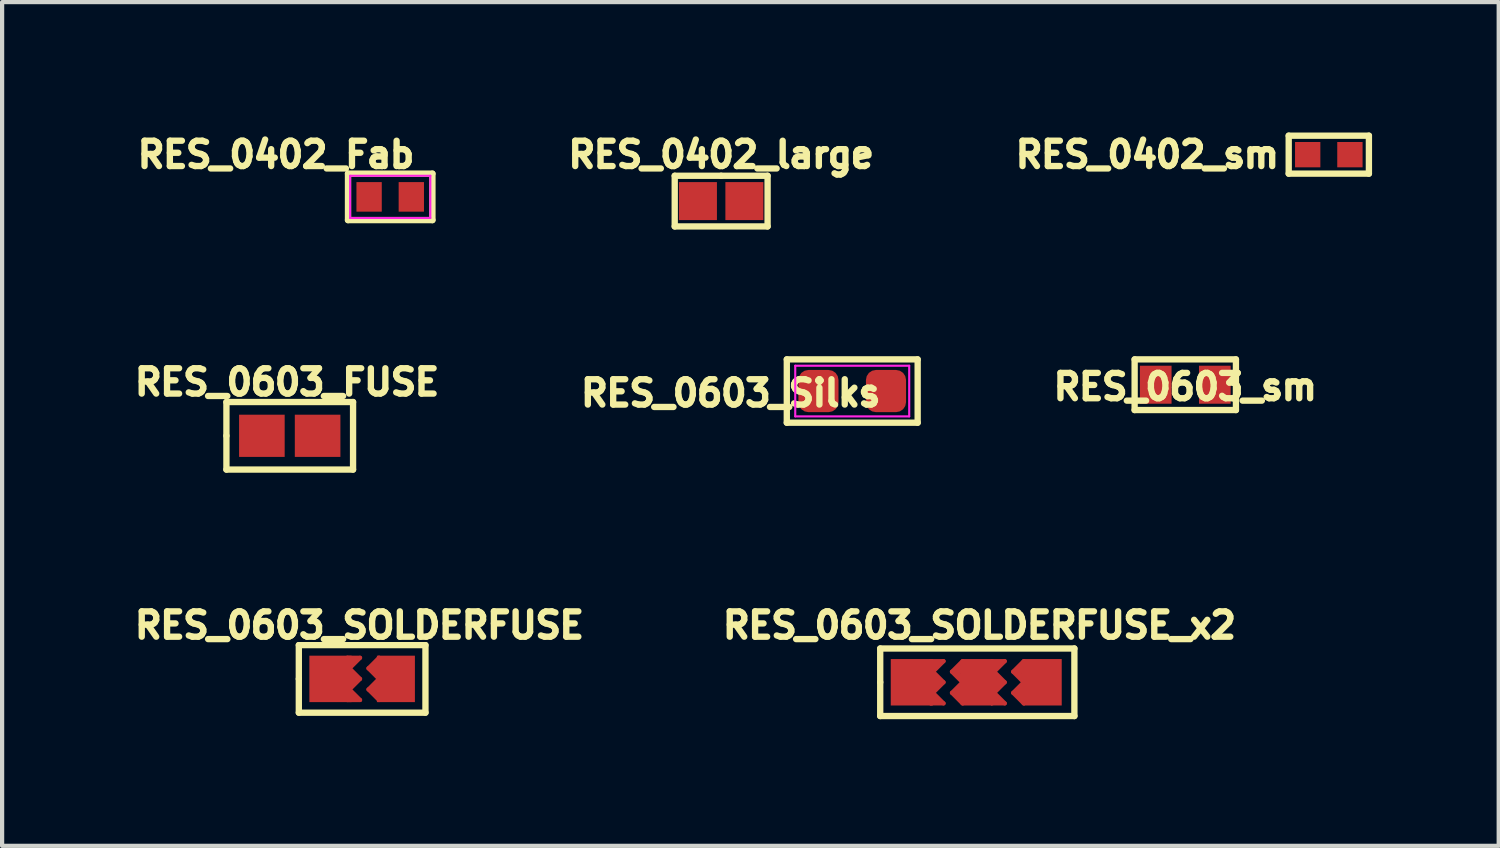
<source format=kicad_pcb>
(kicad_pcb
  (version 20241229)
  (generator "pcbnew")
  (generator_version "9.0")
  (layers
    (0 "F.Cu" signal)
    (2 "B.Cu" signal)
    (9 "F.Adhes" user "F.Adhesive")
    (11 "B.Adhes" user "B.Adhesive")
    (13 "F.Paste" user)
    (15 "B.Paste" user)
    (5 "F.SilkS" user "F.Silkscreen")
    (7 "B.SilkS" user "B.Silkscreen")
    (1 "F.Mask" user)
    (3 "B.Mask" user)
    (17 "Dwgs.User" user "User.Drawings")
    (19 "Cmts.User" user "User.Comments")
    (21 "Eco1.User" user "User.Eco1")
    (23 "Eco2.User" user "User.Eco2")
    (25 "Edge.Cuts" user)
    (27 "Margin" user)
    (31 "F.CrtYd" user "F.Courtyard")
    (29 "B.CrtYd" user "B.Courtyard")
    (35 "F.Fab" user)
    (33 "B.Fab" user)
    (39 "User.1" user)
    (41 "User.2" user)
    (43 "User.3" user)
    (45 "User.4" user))
  (footprint "RES_0603_SOLDERFUSE"
    (layer "F.Cu")
    (at 5.529 13.033)
    (property "Reference" "RES_0603_SOLDERFUSE" (at -0.064 -1.27 0) (layer "F.SilkS") (effects (font (size 0.6 0.6) (thickness 0.15))))
    (attr smd)
    (fp_line (start -0.35 -0.5) (end -0.35 0.5) (stroke (width 0.1) (type solid)) (layer "F.Cu"))
    (fp_line (start -0.35 0.5) (end -0.05 0.5) (stroke (width 0.1) (type solid)) (layer "F.Cu"))
    (fp_line (start -0.3 -0.45) (end -0.2 -0.45) (stroke (width 0.1) (type solid)) (layer "F.Cu"))
    (fp_line (start -0.3 -0.25) (end -0.05 -0.5) (stroke (width 0.1) (type solid)) (layer "F.Cu"))
    (fp_line (start -0.3 -0.15) (end -0.15 0) (stroke (width 0.1) (type solid)) (layer "F.Cu"))
    (fp_line (start -0.3 0.2) (end -0.3 -0.15) (stroke (width 0.1) (type solid)) (layer "F.Cu"))
    (fp_line (start -0.3 0.25) (end -0.05 0.5) (stroke (width 0.1) (type solid)) (layer "F.Cu"))
    (fp_line (start -0.3 0.35) (end -0.25 0.4) (stroke (width 0.1) (type solid)) (layer "F.Cu"))
    (fp_line (start -0.3 0.45) (end -0.3 0.35) (stroke (width 0.1) (type solid)) (layer "F.Cu"))
    (fp_line (start -0.25 0.1) (end -0.25 0) (stroke (width 0.1) (type solid)) (layer "F.Cu"))
    (fp_line (start -0.2 -0.45) (end -0.3 -0.35) (stroke (width 0.1) (type solid)) (layer "F.Cu"))
    (fp_line (start -0.15 0) (end -0.25 0.1) (stroke (width 0.1) (type solid)) (layer "F.Cu"))
    (fp_line (start -0.15 0.45) (end -0.3 0.45) (stroke (width 0.1) (type solid)) (layer "F.Cu"))
    (fp_line (start -0.05 -0.5) (end -0.35 -0.5) (stroke (width 0.1) (type solid)) (layer "F.Cu"))
    (fp_line (start -0.05 0) (end -0.3 -0.25) (stroke (width 0.1) (type solid)) (layer "F.Cu"))
    (fp_line (start -0.05 0) (end -0.3 0.25) (stroke (width 0.1) (type solid)) (layer "F.Cu"))
    (fp_line (start 0.15 -0.25) (end 0.4 0) (stroke (width 0.1) (type solid)) (layer "F.Cu"))
    (fp_line (start 0.15 0.25) (end 0.4 0.5) (stroke (width 0.1) (type solid)) (layer "F.Cu"))
    (fp_line (start 0.25 -0.25) (end 0.35 -0.35) (stroke (width 0.1) (type solid)) (layer "F.Cu"))
    (fp_line (start 0.25 0.25) (end 0.35 0.15) (stroke (width 0.1) (type solid)) (layer "F.Cu"))
    (fp_line (start 0.35 -0.35) (end 0.35 -0.25) (stroke (width 0.1) (type solid)) (layer "F.Cu"))
    (fp_line (start 0.35 -0.15) (end 0.25 -0.25) (stroke (width 0.1) (type solid)) (layer "F.Cu"))
    (fp_line (start 0.35 0.15) (end 0.35 0.3) (stroke (width 0.1) (type solid)) (layer "F.Cu"))
    (fp_line (start 0.35 0.4) (end 0.25 0.25) (stroke (width 0.1) (type solid)) (layer "F.Cu"))
    (fp_line (start 0.4 -0.5) (end 0.15 -0.25) (stroke (width 0.1) (type solid)) (layer "F.Cu"))
    (fp_line (start 0.4 0) (end 0.15 0.25) (stroke (width 0.1) (type solid)) (layer "F.Cu"))
    (fp_line (start 0.4 0.5) (end 0.4 -0.5) (stroke (width 0.1) (type solid)) (layer "F.Cu"))
    (fp_line (start -0.5 0) (end 0.5 0) (stroke (width 1.1) (type solid)) (layer "F.Mask"))
    (fp_line (start -1.5 -0.8) (end 1.5 -0.8) (stroke (width 0.15) (type solid)) (layer "F.SilkS"))
    (fp_line (start -1.5 0) (end -1.5 -0.8) (stroke (width 0.15) (type solid)) (layer "F.SilkS"))
    (fp_line (start -1.5 0.8) (end -1.5 0) (stroke (width 0.15) (type solid)) (layer "F.SilkS"))
    (fp_line (start 1.5 -0.8) (end 1.5 0.8) (stroke (width 0.15) (type solid)) (layer "F.SilkS"))
    (fp_line (start 1.5 0.8) (end -1.5 0.8) (stroke (width 0.15) (type solid)) (layer "F.SilkS"))
    (pad "1" smd rect (at -0.75 0) (size 1 1.1) (layers "F.Cu" "F.Mask" "F.Paste"))
    (pad "2" smd rect (at 0.8 0) (size 0.9 1.1) (layers "F.Cu" "F.Mask" "F.Paste")))
  (footprint "RES_0402_sm"
    (layer "F.Cu")
    (at 28.429 0.614)
    (property "Reference" "RES_0402_sm" (at -1.1 0 0) (layer "F.SilkS") (effects (font (size 0.6 0.6) (thickness 0.15)) (justify right)))
    (attr smd)
    (fp_line (start -0.95 -0.45) (end 0.95 -0.45) (stroke (width 0.15) (type solid)) (layer "F.SilkS"))
    (fp_line (start -0.95 0.45) (end -0.95 -0.45) (stroke (width 0.15) (type solid)) (layer "F.SilkS"))
    (fp_line (start 0.95 -0.45) (end 0.95 0.45) (stroke (width 0.15) (type solid)) (layer "F.SilkS"))
    (fp_line (start 0.95 0.45) (end -0.95 0.45) (stroke (width 0.15) (type solid)) (layer "F.SilkS"))
    (pad "1" smd rect (at -0.5 0) (size 0.6 0.6) (layers "F.Cu" "F.Mask" "F.Paste"))
    (pad "2" smd rect (at 0.5 0) (size 0.6 0.6) (layers "F.Cu" "F.Mask" "F.Paste")))
  (footprint "RES_0402_Fab"
    (layer "F.Cu")
    (at 6.194 1.614)
    (property "Reference" "RES_0402_Fab" (at 0.65 -1 0) (layer "F.SilkS") (effects (font (size 0.6 0.6) (thickness 0.15)) (justify right)))
    (attr smd)
    (fp_line (start -1 -0.55) (end 1 -0.55) (stroke (width 0.15) (type solid)) (layer "F.SilkS"))
    (fp_line (start -1 0.55) (end -1 -0.55) (stroke (width 0.15) (type solid)) (layer "F.SilkS"))
    (fp_line (start 1 -0.55) (end 1 0.55) (stroke (width 0.15) (type solid)) (layer "F.SilkS"))
    (fp_line (start 1 0.55) (end -1 0.55) (stroke (width 0.15) (type solid)) (layer "F.SilkS"))
    (fp_line (start -0.95 -0.5) (end 0.95 -0.5) (stroke (width 0.05) (type default)) (layer "F.CrtYd"))
    (fp_line (start -0.95 0.5) (end -0.95 -0.5) (stroke (width 0.05) (type default)) (layer "F.CrtYd"))
    (fp_line (start 0.95 -0.5) (end 0.95 0.5) (stroke (width 0.05) (type default)) (layer "F.CrtYd"))
    (fp_line (start 0.95 0.5) (end -0.95 0.5) (stroke (width 0.05) (type default)) (layer "F.CrtYd"))
    (pad "1" smd rect (at -0.5 0) (size 0.6 0.7) (layers "F.Cu" "F.Mask" "F.Paste"))
    (pad "2" smd rect (at 0.5 0) (size 0.6 0.7) (layers "F.Cu" "F.Mask" "F.Paste")))
  (footprint "RES_0603_FUSE"
    (layer "F.Cu")
    (at 3.814 7.274)
    (property "Reference" "RES_0603_FUSE" (at -0.064 -1.27 0) (layer "F.SilkS") (effects (font (size 0.6 0.6) (thickness 0.15))))
    (attr smd)
    (fp_line (start -1.5 -0.8) (end 1.5 -0.8) (stroke (width 0.15) (type solid)) (layer "F.SilkS"))
    (fp_line (start -1.5 0) (end -1.5 -0.8) (stroke (width 0.15) (type solid)) (layer "F.SilkS"))
    (fp_line (start -1.5 0.8) (end -1.5 0) (stroke (width 0.15) (type solid)) (layer "F.SilkS"))
    (fp_line (start 1.5 -0.8) (end 1.5 0.8) (stroke (width 0.15) (type solid)) (layer "F.SilkS"))
    (fp_line (start 1.5 0.8) (end -1.5 0.8) (stroke (width 0.15) (type solid)) (layer "F.SilkS"))
    (pad "1" smd rect (at -0.66 0) (size 1.08 1) (layers "F.Cu" "F.Mask" "F.Paste"))
    (pad "2" smd rect (at 0.66 0) (size 1.08 1) (layers "F.Cu" "F.Mask" "F.Paste")))
  (footprint "RES_0603_sm"
    (layer "F.Cu")
    (at 25.029 6.064)
    (property "Reference" "RES_0603_sm" (at 0 0.05 0) (layer "F.SilkS") (effects (font (size 0.6 0.6) (thickness 0.15))))
    (attr smd)
    (fp_line (start -1.2 -0.6) (end 1.2 -0.6) (stroke (width 0.15) (type solid)) (layer "F.SilkS"))
    (fp_line (start -1.2 0.6) (end -1.2 -0.6) (stroke (width 0.15) (type solid)) (layer "F.SilkS"))
    (fp_line (start 1.2 -0.6) (end 1.2 0.6) (stroke (width 0.15) (type solid)) (layer "F.SilkS"))
    (fp_line (start 1.2 0.6) (end -1.2 0.6) (stroke (width 0.15) (type solid)) (layer "F.SilkS"))
    (pad "1" smd rect (at -0.7 0) (size 0.75 0.9) (layers "F.Cu" "F.Mask" "F.Paste"))
    (pad "2" smd rect (at 0.7 0) (size 0.75 0.9) (layers "F.Cu" "F.Mask" "F.Paste")))
  (footprint "RES_0603_SOLDERFUSE_x2"
    (layer "F.Cu")
    (at 20.102 13.113)
    (property "Reference" "RES_0603_SOLDERFUSE_x2" (at 0.05 -1.35 0) (layer "F.SilkS") (effects (font (size 0.6 0.6) (thickness 0.15))))
    (attr smd)
    (fp_line (start -1.1 -0.5) (end -1.1 0.5) (stroke (width 0.1) (type solid)) (layer "F.Cu"))
    (fp_line (start -1.1 0.5) (end -0.8 0.5) (stroke (width 0.1) (type solid)) (layer "F.Cu"))
    (fp_line (start -1.05 -0.45) (end -0.95 -0.45) (stroke (width 0.1) (type solid)) (layer "F.Cu"))
    (fp_line (start -1.05 -0.25) (end -0.8 -0.5) (stroke (width 0.1) (type solid)) (layer "F.Cu"))
    (fp_line (start -1.05 -0.15) (end -0.9 0) (stroke (width 0.1) (type solid)) (layer "F.Cu"))
    (fp_line (start -1.05 0.2) (end -1.05 -0.15) (stroke (width 0.1) (type solid)) (layer "F.Cu"))
    (fp_line (start -1.05 0.25) (end -0.8 0.5) (stroke (width 0.1) (type solid)) (layer "F.Cu"))
    (fp_line (start -1.05 0.35) (end -1 0.4) (stroke (width 0.1) (type solid)) (layer "F.Cu"))
    (fp_line (start -1.05 0.45) (end -1.05 0.35) (stroke (width 0.1) (type solid)) (layer "F.Cu"))
    (fp_line (start -1 0.1) (end -1 0) (stroke (width 0.1) (type solid)) (layer "F.Cu"))
    (fp_line (start -0.95 -0.45) (end -1.05 -0.35) (stroke (width 0.1) (type solid)) (layer "F.Cu"))
    (fp_line (start -0.9 0) (end -1 0.1) (stroke (width 0.1) (type solid)) (layer "F.Cu"))
    (fp_line (start -0.9 0.45) (end -1.05 0.45) (stroke (width 0.1) (type solid)) (layer "F.Cu"))
    (fp_line (start -0.8 -0.5) (end -1.1 -0.5) (stroke (width 0.1) (type solid)) (layer "F.Cu"))
    (fp_line (start -0.8 0) (end -1.05 -0.25) (stroke (width 0.1) (type solid)) (layer "F.Cu"))
    (fp_line (start -0.8 0) (end -1.05 0.25) (stroke (width 0.1) (type solid)) (layer "F.Cu"))
    (fp_line (start -0.6 -0.25) (end -0.35 0) (stroke (width 0.1) (type solid)) (layer "F.Cu"))
    (fp_line (start -0.6 0.25) (end -0.35 0.5) (stroke (width 0.1) (type solid)) (layer "F.Cu"))
    (fp_line (start -0.5 -0.25) (end -0.4 -0.35) (stroke (width 0.1) (type solid)) (layer "F.Cu"))
    (fp_line (start -0.5 0.25) (end -0.4 0.15) (stroke (width 0.1) (type solid)) (layer "F.Cu"))
    (fp_line (start -0.4 -0.35) (end -0.4 -0.25) (stroke (width 0.1) (type solid)) (layer "F.Cu"))
    (fp_line (start -0.4 -0.15) (end -0.5 -0.25) (stroke (width 0.1) (type solid)) (layer "F.Cu"))
    (fp_line (start -0.4 0.15) (end -0.4 0.3) (stroke (width 0.1) (type solid)) (layer "F.Cu"))
    (fp_line (start -0.4 0.4) (end -0.5 0.25) (stroke (width 0.1) (type solid)) (layer "F.Cu"))
    (fp_line (start -0.35 -0.5) (end -0.6 -0.25) (stroke (width 0.1) (type solid)) (layer "F.Cu"))
    (fp_line (start -0.35 0) (end -0.6 0.25) (stroke (width 0.1) (type solid)) (layer "F.Cu"))
    (fp_line (start -0.35 0.5) (end -0.35 -0.5) (stroke (width 0.1) (type solid)) (layer "F.Cu"))
    (fp_line (start 0.35 -0.5) (end 0.35 0.5) (stroke (width 0.1) (type solid)) (layer "F.Cu"))
    (fp_line (start 0.35 0.5) (end 0.65 0.5) (stroke (width 0.1) (type solid)) (layer "F.Cu"))
    (fp_line (start 0.4 -0.45) (end 0.5 -0.45) (stroke (width 0.1) (type solid)) (layer "F.Cu"))
    (fp_line (start 0.4 -0.25) (end 0.65 -0.5) (stroke (width 0.1) (type solid)) (layer "F.Cu"))
    (fp_line (start 0.4 -0.15) (end 0.55 0) (stroke (width 0.1) (type solid)) (layer "F.Cu"))
    (fp_line (start 0.4 0.2) (end 0.4 -0.15) (stroke (width 0.1) (type solid)) (layer "F.Cu"))
    (fp_line (start 0.4 0.25) (end 0.65 0.5) (stroke (width 0.1) (type solid)) (layer "F.Cu"))
    (fp_line (start 0.4 0.35) (end 0.45 0.4) (stroke (width 0.1) (type solid)) (layer "F.Cu"))
    (fp_line (start 0.4 0.45) (end 0.4 0.35) (stroke (width 0.1) (type solid)) (layer "F.Cu"))
    (fp_line (start 0.45 0.1) (end 0.45 0) (stroke (width 0.1) (type solid)) (layer "F.Cu"))
    (fp_line (start 0.5 -0.45) (end 0.4 -0.35) (stroke (width 0.1) (type solid)) (layer "F.Cu"))
    (fp_line (start 0.55 0) (end 0.45 0.1) (stroke (width 0.1) (type solid)) (layer "F.Cu"))
    (fp_line (start 0.55 0.45) (end 0.4 0.45) (stroke (width 0.1) (type solid)) (layer "F.Cu"))
    (fp_line (start 0.65 -0.5) (end 0.35 -0.5) (stroke (width 0.1) (type solid)) (layer "F.Cu"))
    (fp_line (start 0.65 0) (end 0.4 -0.25) (stroke (width 0.1) (type solid)) (layer "F.Cu"))
    (fp_line (start 0.65 0) (end 0.4 0.25) (stroke (width 0.1) (type solid)) (layer "F.Cu"))
    (fp_line (start 0.85 -0.25) (end 1.1 0) (stroke (width 0.1) (type solid)) (layer "F.Cu"))
    (fp_line (start 0.85 0.25) (end 1.1 0.5) (stroke (width 0.1) (type solid)) (layer "F.Cu"))
    (fp_line (start 0.95 -0.25) (end 1.05 -0.35) (stroke (width 0.1) (type solid)) (layer "F.Cu"))
    (fp_line (start 0.95 0.25) (end 1.05 0.15) (stroke (width 0.1) (type solid)) (layer "F.Cu"))
    (fp_line (start 1.05 -0.35) (end 1.05 -0.25) (stroke (width 0.1) (type solid)) (layer "F.Cu"))
    (fp_line (start 1.05 -0.15) (end 0.95 -0.25) (stroke (width 0.1) (type solid)) (layer "F.Cu"))
    (fp_line (start 1.05 0.15) (end 1.05 0.3) (stroke (width 0.1) (type solid)) (layer "F.Cu"))
    (fp_line (start 1.05 0.4) (end 0.95 0.25) (stroke (width 0.1) (type solid)) (layer "F.Cu"))
    (fp_line (start 1.1 -0.5) (end 0.85 -0.25) (stroke (width 0.1) (type solid)) (layer "F.Cu"))
    (fp_line (start 1.1 0) (end 0.85 0.25) (stroke (width 0.1) (type solid)) (layer "F.Cu"))
    (fp_line (start 1.1 0.5) (end 1.1 -0.5) (stroke (width 0.1) (type solid)) (layer "F.Cu"))
    (fp_line (start -1.5 0) (end 1.4 0) (stroke (width 1.1) (type solid)) (layer "F.Mask"))
    (fp_line (start -2.3 -0.8) (end 2.3 -0.8) (stroke (width 0.15) (type solid)) (layer "F.SilkS"))
    (fp_line (start -2.3 0) (end -2.3 -0.8) (stroke (width 0.15) (type solid)) (layer "F.SilkS"))
    (fp_line (start -2.3 0.8) (end -2.3 0) (stroke (width 0.15) (type solid)) (layer "F.SilkS"))
    (fp_line (start 2.3 -0.8) (end 2.3 0.8) (stroke (width 0.15) (type solid)) (layer "F.SilkS"))
    (fp_line (start 2.3 0.8) (end -2.3 0.8) (stroke (width 0.15) (type solid)) (layer "F.SilkS"))
    (pad "1" smd rect (at -1.55 0) (size 1 1.1) (layers "F.Cu" "F.Mask" "F.Paste"))
    (pad "2" smd rect (at 1.55 0) (size 0.9 1.1) (layers "F.Cu" "F.Mask" "F.Paste"))
    (pad "3" smd rect (at 0 0) (size 0.7 1.1) (layers "F.Cu" "F.Mask" "F.Paste")))
  (footprint "RES_0603_Silks"
    (layer "F.Cu")
    (at 17.139 6.214)
    (property "Reference" "RES_0603_Silks" (at 0.75 0.05 0) (layer "F.SilkS") (effects (font (size 0.6 0.6) (thickness 0.15)) (justify right)))
    (attr smd)
    (fp_line (start -1.55 -0.75) (end 1.55 -0.75) (stroke (width 0.15) (type solid)) (layer "F.SilkS"))
    (fp_line (start -1.55 0.75) (end -1.55 -0.75) (stroke (width 0.15) (type solid)) (layer "F.SilkS"))
    (fp_line (start 1.55 -0.75) (end 1.55 0.75) (stroke (width 0.15) (type solid)) (layer "F.SilkS"))
    (fp_line (start 1.55 0.75) (end -1.55 0.75) (stroke (width 0.15) (type solid)) (layer "F.SilkS"))
    (fp_line (start -1.35 -0.6) (end 1.35 -0.6) (stroke (width 0.05) (type default)) (layer "F.CrtYd"))
    (fp_line (start -1.35 0.6) (end -1.35 -0.6) (stroke (width 0.05) (type default)) (layer "F.CrtYd"))
    (fp_line (start 1.35 -0.6) (end 1.35 0.6) (stroke (width 0.05) (type default)) (layer "F.CrtYd"))
    (fp_line (start 1.35 0.6) (end -1.35 0.6) (stroke (width 0.05) (type default)) (layer "F.CrtYd"))
    (pad "1" smd roundrect (at -0.8 0) (size 0.95 1) (layers "F.Cu" "F.Mask" "F.Paste") (roundrect_rratio 0.25))
    (pad "2" smd roundrect (at 0.8 0) (size 0.95 1) (layers "F.Cu" "F.Mask" "F.Paste") (roundrect_rratio 0.25)))
  (footprint "RES_0402_large"
    (layer "F.Cu")
    (at 14.034 1.714)
    (property "Reference" "RES_0402_large" (at 0 -1.1 0) (layer "F.SilkS") (effects (font (size 0.6 0.6) (thickness 0.15))))
    (attr smd)
    (fp_line (start -1.1 -0.6) (end 0 -0.6) (stroke (width 0.15) (type solid)) (layer "F.SilkS"))
    (fp_line (start -1.1 0.6) (end -1.1 -0.6) (stroke (width 0.15) (type solid)) (layer "F.SilkS"))
    (fp_line (start 0 -0.6) (end 1.1 -0.6) (stroke (width 0.15) (type solid)) (layer "F.SilkS"))
    (fp_line (start 1.1 -0.6) (end 1.1 0.6) (stroke (width 0.15) (type solid)) (layer "F.SilkS"))
    (fp_line (start 1.1 0.6) (end -1.1 0.6) (stroke (width 0.15) (type solid)) (layer "F.SilkS"))
    (pad "1" smd rect (at -0.55 0) (size 0.9 0.9) (layers "F.Cu" "F.Mask" "F.Paste"))
    (pad "2" smd rect (at 0.55 0) (size 0.9 0.9) (layers "F.Cu" "F.Mask" "F.Paste")))
  (gr_rect
    (start -3 -3)
    (end 32.454 16.988)
    (stroke (width 0.1) (type default))
    (fill no)
    (layer "Edge.Cuts")))
</source>
